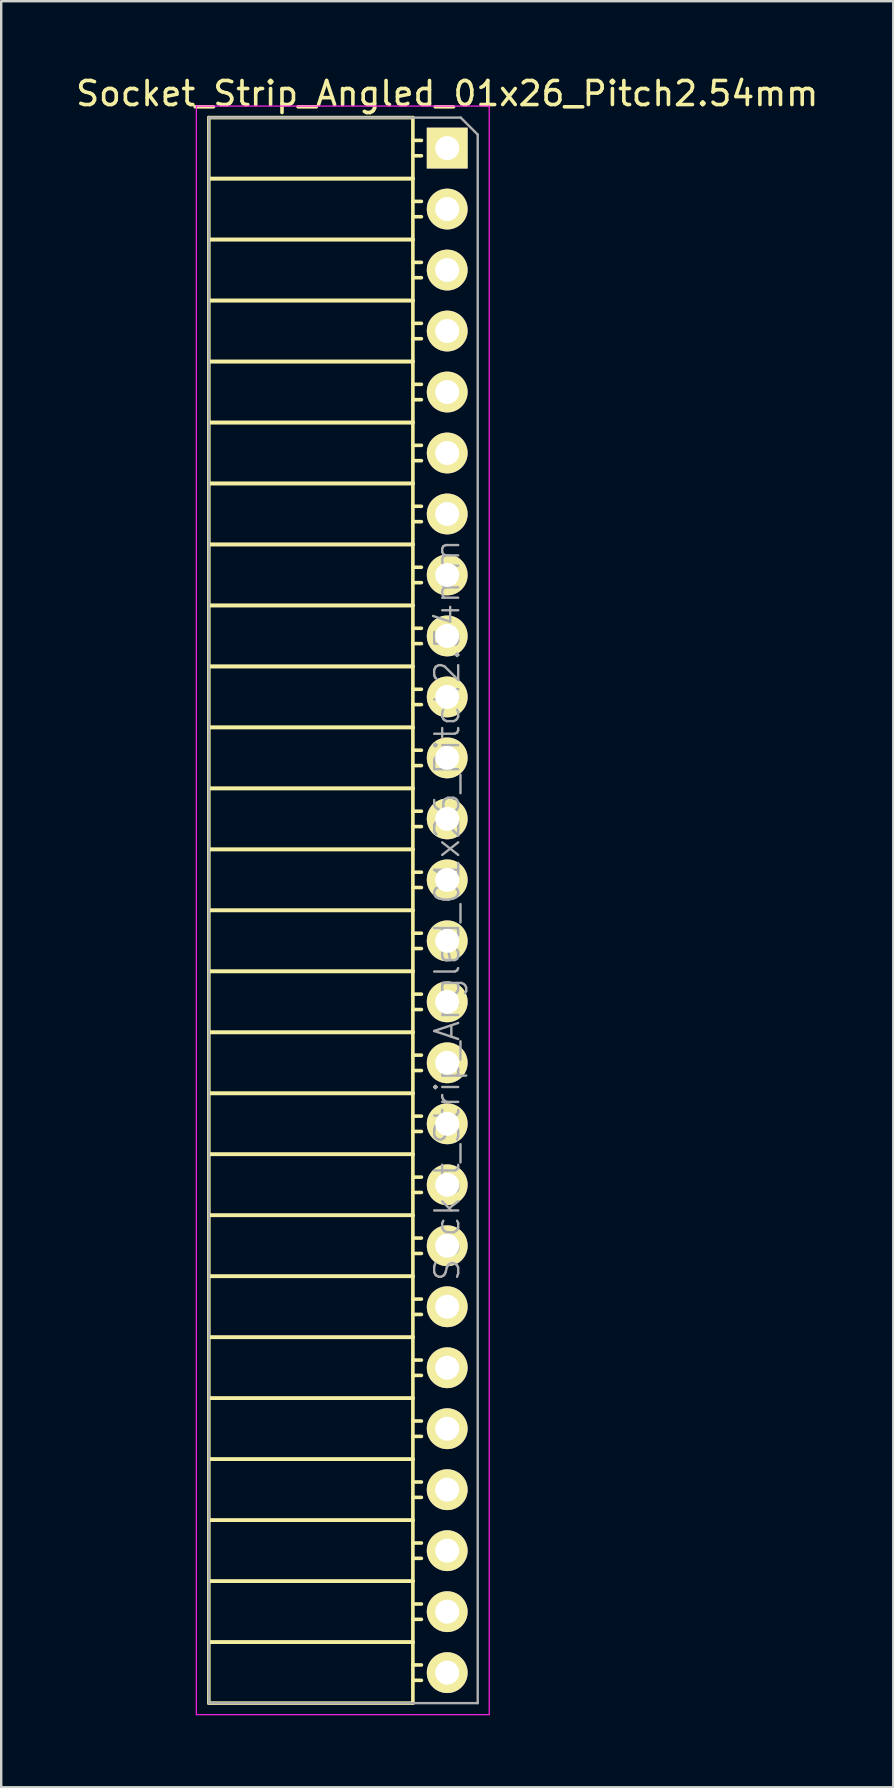
<source format=kicad_pcb>
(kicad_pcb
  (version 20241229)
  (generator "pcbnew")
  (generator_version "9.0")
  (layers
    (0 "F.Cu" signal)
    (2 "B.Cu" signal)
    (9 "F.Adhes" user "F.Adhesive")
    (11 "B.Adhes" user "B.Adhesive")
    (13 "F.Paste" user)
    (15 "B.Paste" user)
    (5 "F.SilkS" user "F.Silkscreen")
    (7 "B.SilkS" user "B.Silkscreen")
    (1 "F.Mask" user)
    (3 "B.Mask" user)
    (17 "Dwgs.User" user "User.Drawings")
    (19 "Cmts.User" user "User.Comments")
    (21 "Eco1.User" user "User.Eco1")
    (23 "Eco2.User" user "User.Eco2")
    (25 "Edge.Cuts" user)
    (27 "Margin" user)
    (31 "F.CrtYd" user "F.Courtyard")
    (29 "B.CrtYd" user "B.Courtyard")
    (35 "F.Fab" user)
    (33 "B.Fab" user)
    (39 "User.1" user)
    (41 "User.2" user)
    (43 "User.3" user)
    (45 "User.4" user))
  (footprint "Socket_Strip_Angled_01x26_Pitch2.54mm"
    (layer "F.Cu")
    (at 15.577 3.118)
    (property "Reference" "Socket_Strip_Angled_01x26_Pitch2.54mm" (at 0 -2.27 0) (layer "F.SilkS") (effects (font (size 1 1) (thickness 0.15))))
    (attr smd)
    (fp_line (start -9.93 -1.27) (end -9.93 1.27) (stroke (width 0.15) (type solid)) (layer "F.SilkS"))
    (fp_line (start -9.93 -1.27) (end -1.43 -1.27) (stroke (width 0.15) (type solid)) (layer "F.SilkS"))
    (fp_line (start -9.93 1.27) (end -9.93 3.81) (stroke (width 0.15) (type solid)) (layer "F.SilkS"))
    (fp_line (start -9.93 1.27) (end -1.43 1.27) (stroke (width 0.15) (type solid)) (layer "F.SilkS"))
    (fp_line (start -9.93 1.27) (end -1.43 1.27) (stroke (width 0.15) (type solid)) (layer "F.SilkS"))
    (fp_line (start -9.93 3.81) (end -9.93 6.35) (stroke (width 0.15) (type solid)) (layer "F.SilkS"))
    (fp_line (start -9.93 3.81) (end -1.43 3.81) (stroke (width 0.15) (type solid)) (layer "F.SilkS"))
    (fp_line (start -9.93 3.81) (end -1.43 3.81) (stroke (width 0.15) (type solid)) (layer "F.SilkS"))
    (fp_line (start -9.93 6.35) (end -9.93 8.89) (stroke (width 0.15) (type solid)) (layer "F.SilkS"))
    (fp_line (start -9.93 6.35) (end -1.43 6.35) (stroke (width 0.15) (type solid)) (layer "F.SilkS"))
    (fp_line (start -9.93 6.35) (end -1.43 6.35) (stroke (width 0.15) (type solid)) (layer "F.SilkS"))
    (fp_line (start -9.93 8.89) (end -9.93 11.43) (stroke (width 0.15) (type solid)) (layer "F.SilkS"))
    (fp_line (start -9.93 8.89) (end -1.43 8.89) (stroke (width 0.15) (type solid)) (layer "F.SilkS"))
    (fp_line (start -9.93 8.89) (end -1.43 8.89) (stroke (width 0.15) (type solid)) (layer "F.SilkS"))
    (fp_line (start -9.93 11.43) (end -9.93 13.97) (stroke (width 0.15) (type solid)) (layer "F.SilkS"))
    (fp_line (start -9.93 11.43) (end -1.43 11.43) (stroke (width 0.15) (type solid)) (layer "F.SilkS"))
    (fp_line (start -9.93 11.43) (end -1.43 11.43) (stroke (width 0.15) (type solid)) (layer "F.SilkS"))
    (fp_line (start -9.93 13.97) (end -9.93 16.51) (stroke (width 0.15) (type solid)) (layer "F.SilkS"))
    (fp_line (start -9.93 13.97) (end -1.43 13.97) (stroke (width 0.15) (type solid)) (layer "F.SilkS"))
    (fp_line (start -9.93 13.97) (end -1.43 13.97) (stroke (width 0.15) (type solid)) (layer "F.SilkS"))
    (fp_line (start -9.93 16.51) (end -9.93 19.05) (stroke (width 0.15) (type solid)) (layer "F.SilkS"))
    (fp_line (start -9.93 16.51) (end -1.43 16.51) (stroke (width 0.15) (type solid)) (layer "F.SilkS"))
    (fp_line (start -9.93 16.51) (end -1.43 16.51) (stroke (width 0.15) (type solid)) (layer "F.SilkS"))
    (fp_line (start -9.93 19.05) (end -9.93 21.59) (stroke (width 0.15) (type solid)) (layer "F.SilkS"))
    (fp_line (start -9.93 19.05) (end -1.43 19.05) (stroke (width 0.15) (type solid)) (layer "F.SilkS"))
    (fp_line (start -9.93 19.05) (end -1.43 19.05) (stroke (width 0.15) (type solid)) (layer "F.SilkS"))
    (fp_line (start -9.93 21.59) (end -9.93 24.13) (stroke (width 0.15) (type solid)) (layer "F.SilkS"))
    (fp_line (start -9.93 21.59) (end -1.43 21.59) (stroke (width 0.15) (type solid)) (layer "F.SilkS"))
    (fp_line (start -9.93 21.59) (end -1.43 21.59) (stroke (width 0.15) (type solid)) (layer "F.SilkS"))
    (fp_line (start -9.93 24.13) (end -9.93 26.67) (stroke (width 0.15) (type solid)) (layer "F.SilkS"))
    (fp_line (start -9.93 24.13) (end -1.43 24.13) (stroke (width 0.15) (type solid)) (layer "F.SilkS"))
    (fp_line (start -9.93 24.13) (end -1.43 24.13) (stroke (width 0.15) (type solid)) (layer "F.SilkS"))
    (fp_line (start -9.93 26.67) (end -9.93 29.21) (stroke (width 0.15) (type solid)) (layer "F.SilkS"))
    (fp_line (start -9.93 26.67) (end -1.43 26.67) (stroke (width 0.15) (type solid)) (layer "F.SilkS"))
    (fp_line (start -9.93 26.67) (end -1.43 26.67) (stroke (width 0.15) (type solid)) (layer "F.SilkS"))
    (fp_line (start -9.93 29.21) (end -9.93 31.75) (stroke (width 0.15) (type solid)) (layer "F.SilkS"))
    (fp_line (start -9.93 29.21) (end -1.43 29.21) (stroke (width 0.15) (type solid)) (layer "F.SilkS"))
    (fp_line (start -9.93 29.21) (end -1.43 29.21) (stroke (width 0.15) (type solid)) (layer "F.SilkS"))
    (fp_line (start -9.93 31.75) (end -9.93 34.29) (stroke (width 0.15) (type solid)) (layer "F.SilkS"))
    (fp_line (start -9.93 31.75) (end -1.43 31.75) (stroke (width 0.15) (type solid)) (layer "F.SilkS"))
    (fp_line (start -9.93 31.75) (end -1.43 31.75) (stroke (width 0.15) (type solid)) (layer "F.SilkS"))
    (fp_line (start -9.93 34.29) (end -9.93 36.83) (stroke (width 0.15) (type solid)) (layer "F.SilkS"))
    (fp_line (start -9.93 34.29) (end -1.43 34.29) (stroke (width 0.15) (type solid)) (layer "F.SilkS"))
    (fp_line (start -9.93 34.29) (end -1.43 34.29) (stroke (width 0.15) (type solid)) (layer "F.SilkS"))
    (fp_line (start -9.93 36.83) (end -9.93 39.37) (stroke (width 0.15) (type solid)) (layer "F.SilkS"))
    (fp_line (start -9.93 36.83) (end -1.43 36.83) (stroke (width 0.15) (type solid)) (layer "F.SilkS"))
    (fp_line (start -9.93 36.83) (end -1.43 36.83) (stroke (width 0.15) (type solid)) (layer "F.SilkS"))
    (fp_line (start -9.93 39.37) (end -9.93 41.91) (stroke (width 0.15) (type solid)) (layer "F.SilkS"))
    (fp_line (start -9.93 39.37) (end -1.43 39.37) (stroke (width 0.15) (type solid)) (layer "F.SilkS"))
    (fp_line (start -9.93 39.37) (end -1.43 39.37) (stroke (width 0.15) (type solid)) (layer "F.SilkS"))
    (fp_line (start -9.93 41.91) (end -9.93 44.45) (stroke (width 0.15) (type solid)) (layer "F.SilkS"))
    (fp_line (start -9.93 41.91) (end -1.43 41.91) (stroke (width 0.15) (type solid)) (layer "F.SilkS"))
    (fp_line (start -9.93 41.91) (end -1.43 41.91) (stroke (width 0.15) (type solid)) (layer "F.SilkS"))
    (fp_line (start -9.93 44.45) (end -9.93 46.99) (stroke (width 0.15) (type solid)) (layer "F.SilkS"))
    (fp_line (start -9.93 44.45) (end -1.43 44.45) (stroke (width 0.15) (type solid)) (layer "F.SilkS"))
    (fp_line (start -9.93 44.45) (end -1.43 44.45) (stroke (width 0.15) (type solid)) (layer "F.SilkS"))
    (fp_line (start -9.93 46.99) (end -9.93 49.53) (stroke (width 0.15) (type solid)) (layer "F.SilkS"))
    (fp_line (start -9.93 46.99) (end -1.43 46.99) (stroke (width 0.15) (type solid)) (layer "F.SilkS"))
    (fp_line (start -9.93 46.99) (end -1.43 46.99) (stroke (width 0.15) (type solid)) (layer "F.SilkS"))
    (fp_line (start -9.93 49.53) (end -9.93 52.07) (stroke (width 0.15) (type solid)) (layer "F.SilkS"))
    (fp_line (start -9.93 49.53) (end -1.43 49.53) (stroke (width 0.15) (type solid)) (layer "F.SilkS"))
    (fp_line (start -9.93 49.53) (end -1.43 49.53) (stroke (width 0.15) (type solid)) (layer "F.SilkS"))
    (fp_line (start -9.93 52.07) (end -9.93 54.61) (stroke (width 0.15) (type solid)) (layer "F.SilkS"))
    (fp_line (start -9.93 52.07) (end -1.43 52.07) (stroke (width 0.15) (type solid)) (layer "F.SilkS"))
    (fp_line (start -9.93 52.07) (end -1.43 52.07) (stroke (width 0.15) (type solid)) (layer "F.SilkS"))
    (fp_line (start -9.93 54.61) (end -9.93 57.15) (stroke (width 0.15) (type solid)) (layer "F.SilkS"))
    (fp_line (start -9.93 54.61) (end -1.43 54.61) (stroke (width 0.15) (type solid)) (layer "F.SilkS"))
    (fp_line (start -9.93 54.61) (end -1.43 54.61) (stroke (width 0.15) (type solid)) (layer "F.SilkS"))
    (fp_line (start -9.93 57.15) (end -9.93 59.69) (stroke (width 0.15) (type solid)) (layer "F.SilkS"))
    (fp_line (start -9.93 57.15) (end -1.43 57.15) (stroke (width 0.15) (type solid)) (layer "F.SilkS"))
    (fp_line (start -9.93 57.15) (end -1.43 57.15) (stroke (width 0.15) (type solid)) (layer "F.SilkS"))
    (fp_line (start -9.93 59.69) (end -9.93 62.23) (stroke (width 0.15) (type solid)) (layer "F.SilkS"))
    (fp_line (start -9.93 59.69) (end -1.43 59.69) (stroke (width 0.15) (type solid)) (layer "F.SilkS"))
    (fp_line (start -9.93 59.69) (end -1.43 59.69) (stroke (width 0.15) (type solid)) (layer "F.SilkS"))
    (fp_line (start -9.93 62.23) (end -9.93 64.77) (stroke (width 0.15) (type solid)) (layer "F.SilkS"))
    (fp_line (start -9.93 62.23) (end -1.43 62.23) (stroke (width 0.15) (type solid)) (layer "F.SilkS"))
    (fp_line (start -9.93 62.23) (end -1.43 62.23) (stroke (width 0.15) (type solid)) (layer "F.SilkS"))
    (fp_line (start -9.93 64.77) (end -1.43 64.77) (stroke (width 0.15) (type solid)) (layer "F.SilkS"))
    (fp_line (start -1.43 -1.27) (end -1.43 1.27) (stroke (width 0.15) (type solid)) (layer "F.SilkS"))
    (fp_line (start -1.43 -0.32) (end -1.075 -0.32) (stroke (width 0.15) (type solid)) (layer "F.SilkS"))
    (fp_line (start -1.43 0.32) (end -1.075 0.32) (stroke (width 0.15) (type solid)) (layer "F.SilkS"))
    (fp_line (start -1.43 1.27) (end -1.43 3.81) (stroke (width 0.15) (type solid)) (layer "F.SilkS"))
    (fp_line (start -1.43 2.22) (end -1.075 2.22) (stroke (width 0.15) (type solid)) (layer "F.SilkS"))
    (fp_line (start -1.43 2.86) (end -1.075 2.86) (stroke (width 0.15) (type solid)) (layer "F.SilkS"))
    (fp_line (start -1.43 3.81) (end -1.43 6.35) (stroke (width 0.15) (type solid)) (layer "F.SilkS"))
    (fp_line (start -1.43 4.76) (end -1.075 4.76) (stroke (width 0.15) (type solid)) (layer "F.SilkS"))
    (fp_line (start -1.43 5.4) (end -1.075 5.4) (stroke (width 0.15) (type solid)) (layer "F.SilkS"))
    (fp_line (start -1.43 6.35) (end -1.43 8.89) (stroke (width 0.15) (type solid)) (layer "F.SilkS"))
    (fp_line (start -1.43 7.3) (end -1.075 7.3) (stroke (width 0.15) (type solid)) (layer "F.SilkS"))
    (fp_line (start -1.43 7.94) (end -1.075 7.94) (stroke (width 0.15) (type solid)) (layer "F.SilkS"))
    (fp_line (start -1.43 8.89) (end -1.43 11.43) (stroke (width 0.15) (type solid)) (layer "F.SilkS"))
    (fp_line (start -1.43 9.84) (end -1.075 9.84) (stroke (width 0.15) (type solid)) (layer "F.SilkS"))
    (fp_line (start -1.43 10.48) (end -1.075 10.48) (stroke (width 0.15) (type solid)) (layer "F.SilkS"))
    (fp_line (start -1.43 11.43) (end -1.43 13.97) (stroke (width 0.15) (type solid)) (layer "F.SilkS"))
    (fp_line (start -1.43 12.38) (end -1.075 12.38) (stroke (width 0.15) (type solid)) (layer "F.SilkS"))
    (fp_line (start -1.43 13.02) (end -1.075 13.02) (stroke (width 0.15) (type solid)) (layer "F.SilkS"))
    (fp_line (start -1.43 13.97) (end -1.43 16.51) (stroke (width 0.15) (type solid)) (layer "F.SilkS"))
    (fp_line (start -1.43 14.92) (end -1.075 14.92) (stroke (width 0.15) (type solid)) (layer "F.SilkS"))
    (fp_line (start -1.43 15.56) (end -1.075 15.56) (stroke (width 0.15) (type solid)) (layer "F.SilkS"))
    (fp_line (start -1.43 16.51) (end -1.43 19.05) (stroke (width 0.15) (type solid)) (layer "F.SilkS"))
    (fp_line (start -1.43 17.46) (end -1.075 17.46) (stroke (width 0.15) (type solid)) (layer "F.SilkS"))
    (fp_line (start -1.43 18.1) (end -1.075 18.1) (stroke (width 0.15) (type solid)) (layer "F.SilkS"))
    (fp_line (start -1.43 19.05) (end -1.43 21.59) (stroke (width 0.15) (type solid)) (layer "F.SilkS"))
    (fp_line (start -1.43 20) (end -1.075 20) (stroke (width 0.15) (type solid)) (layer "F.SilkS"))
    (fp_line (start -1.43 20.64) (end -1.075 20.64) (stroke (width 0.15) (type solid)) (layer "F.SilkS"))
    (fp_line (start -1.43 21.59) (end -1.43 24.13) (stroke (width 0.15) (type solid)) (layer "F.SilkS"))
    (fp_line (start -1.43 22.54) (end -1.075 22.54) (stroke (width 0.15) (type solid)) (layer "F.SilkS"))
    (fp_line (start -1.43 23.18) (end -1.075 23.18) (stroke (width 0.15) (type solid)) (layer "F.SilkS"))
    (fp_line (start -1.43 24.13) (end -1.43 26.67) (stroke (width 0.15) (type solid)) (layer "F.SilkS"))
    (fp_line (start -1.43 25.08) (end -1.075 25.08) (stroke (width 0.15) (type solid)) (layer "F.SilkS"))
    (fp_line (start -1.43 25.72) (end -1.075 25.72) (stroke (width 0.15) (type solid)) (layer "F.SilkS"))
    (fp_line (start -1.43 26.67) (end -1.43 29.21) (stroke (width 0.15) (type solid)) (layer "F.SilkS"))
    (fp_line (start -1.43 27.62) (end -1.075 27.62) (stroke (width 0.15) (type solid)) (layer "F.SilkS"))
    (fp_line (start -1.43 28.26) (end -1.075 28.26) (stroke (width 0.15) (type solid)) (layer "F.SilkS"))
    (fp_line (start -1.43 29.21) (end -1.43 31.75) (stroke (width 0.15) (type solid)) (layer "F.SilkS"))
    (fp_line (start -1.43 30.16) (end -1.075 30.16) (stroke (width 0.15) (type solid)) (layer "F.SilkS"))
    (fp_line (start -1.43 30.8) (end -1.075 30.8) (stroke (width 0.15) (type solid)) (layer "F.SilkS"))
    (fp_line (start -1.43 31.75) (end -1.43 34.29) (stroke (width 0.15) (type solid)) (layer "F.SilkS"))
    (fp_line (start -1.43 32.7) (end -1.075 32.7) (stroke (width 0.15) (type solid)) (layer "F.SilkS"))
    (fp_line (start -1.43 33.34) (end -1.075 33.34) (stroke (width 0.15) (type solid)) (layer "F.SilkS"))
    (fp_line (start -1.43 34.29) (end -1.43 36.83) (stroke (width 0.15) (type solid)) (layer "F.SilkS"))
    (fp_line (start -1.43 35.24) (end -1.075 35.24) (stroke (width 0.15) (type solid)) (layer "F.SilkS"))
    (fp_line (start -1.43 35.88) (end -1.075 35.88) (stroke (width 0.15) (type solid)) (layer "F.SilkS"))
    (fp_line (start -1.43 36.83) (end -1.43 39.37) (stroke (width 0.15) (type solid)) (layer "F.SilkS"))
    (fp_line (start -1.43 37.78) (end -1.075 37.78) (stroke (width 0.15) (type solid)) (layer "F.SilkS"))
    (fp_line (start -1.43 38.42) (end -1.075 38.42) (stroke (width 0.15) (type solid)) (layer "F.SilkS"))
    (fp_line (start -1.43 39.37) (end -1.43 41.91) (stroke (width 0.15) (type solid)) (layer "F.SilkS"))
    (fp_line (start -1.43 40.32) (end -1.075 40.32) (stroke (width 0.15) (type solid)) (layer "F.SilkS"))
    (fp_line (start -1.43 40.96) (end -1.075 40.96) (stroke (width 0.15) (type solid)) (layer "F.SilkS"))
    (fp_line (start -1.43 41.91) (end -1.43 44.45) (stroke (width 0.15) (type solid)) (layer "F.SilkS"))
    (fp_line (start -1.43 42.86) (end -1.075 42.86) (stroke (width 0.15) (type solid)) (layer "F.SilkS"))
    (fp_line (start -1.43 43.5) (end -1.075 43.5) (stroke (width 0.15) (type solid)) (layer "F.SilkS"))
    (fp_line (start -1.43 44.45) (end -1.43 46.99) (stroke (width 0.15) (type solid)) (layer "F.SilkS"))
    (fp_line (start -1.43 45.4) (end -1.075 45.4) (stroke (width 0.15) (type solid)) (layer "F.SilkS"))
    (fp_line (start -1.43 46.04) (end -1.075 46.04) (stroke (width 0.15) (type solid)) (layer "F.SilkS"))
    (fp_line (start -1.43 46.99) (end -1.43 49.53) (stroke (width 0.15) (type solid)) (layer "F.SilkS"))
    (fp_line (start -1.43 47.94) (end -1.075 47.94) (stroke (width 0.15) (type solid)) (layer "F.SilkS"))
    (fp_line (start -1.43 48.58) (end -1.075 48.58) (stroke (width 0.15) (type solid)) (layer "F.SilkS"))
    (fp_line (start -1.43 49.53) (end -1.43 52.07) (stroke (width 0.15) (type solid)) (layer "F.SilkS"))
    (fp_line (start -1.43 50.48) (end -1.075 50.48) (stroke (width 0.15) (type solid)) (layer "F.SilkS"))
    (fp_line (start -1.43 51.12) (end -1.075 51.12) (stroke (width 0.15) (type solid)) (layer "F.SilkS"))
    (fp_line (start -1.43 52.07) (end -1.43 54.61) (stroke (width 0.15) (type solid)) (layer "F.SilkS"))
    (fp_line (start -1.43 53.02) (end -1.075 53.02) (stroke (width 0.15) (type solid)) (layer "F.SilkS"))
    (fp_line (start -1.43 53.66) (end -1.075 53.66) (stroke (width 0.15) (type solid)) (layer "F.SilkS"))
    (fp_line (start -1.43 54.61) (end -1.43 57.15) (stroke (width 0.15) (type solid)) (layer "F.SilkS"))
    (fp_line (start -1.43 55.56) (end -1.075 55.56) (stroke (width 0.15) (type solid)) (layer "F.SilkS"))
    (fp_line (start -1.43 56.2) (end -1.075 56.2) (stroke (width 0.15) (type solid)) (layer "F.SilkS"))
    (fp_line (start -1.43 57.15) (end -1.43 59.69) (stroke (width 0.15) (type solid)) (layer "F.SilkS"))
    (fp_line (start -1.43 58.1) (end -1.075 58.1) (stroke (width 0.15) (type solid)) (layer "F.SilkS"))
    (fp_line (start -1.43 58.74) (end -1.075 58.74) (stroke (width 0.15) (type solid)) (layer "F.SilkS"))
    (fp_line (start -1.43 59.69) (end -1.43 62.23) (stroke (width 0.15) (type solid)) (layer "F.SilkS"))
    (fp_line (start -1.43 60.64) (end -1.075 60.64) (stroke (width 0.15) (type solid)) (layer "F.SilkS"))
    (fp_line (start -1.43 61.28) (end -1.075 61.28) (stroke (width 0.15) (type solid)) (layer "F.SilkS"))
    (fp_line (start -1.43 62.23) (end -1.43 64.77) (stroke (width 0.15) (type solid)) (layer "F.SilkS"))
    (fp_line (start -1.43 63.18) (end -1.075 63.18) (stroke (width 0.15) (type solid)) (layer "F.SilkS"))
    (fp_line (start -1.43 63.82) (end -1.075 63.82) (stroke (width 0.15) (type solid)) (layer "F.SilkS"))
    (fp_line (start -10.45 -1.75) (end 1.75 -1.75) (stroke (width 0.05) (type solid)) (layer "F.CrtYd"))
    (fp_line (start -10.45 65.25) (end -10.45 -1.75) (stroke (width 0.05) (type solid)) (layer "F.CrtYd"))
    (fp_line (start -10.45 65.25) (end 1.75 65.25) (stroke (width 0.05) (type solid)) (layer "F.CrtYd"))
    (fp_line (start 1.75 65.25) (end 1.75 -1.75) (stroke (width 0.05) (type solid)) (layer "F.CrtYd"))
    (fp_line (start -9.93 -1.27) (end 0.563 -1.27) (stroke (width 0.1) (type solid)) (layer "F.Fab"))
    (fp_line (start -9.93 64.77) (end -9.93 -1.27) (stroke (width 0.1) (type solid)) (layer "F.Fab"))
    (fp_line (start -9.93 64.77) (end 1.27 64.77) (stroke (width 0.1) (type solid)) (layer "F.Fab"))
    (fp_line (start 1.27 -0.563) (end 0.563 -1.27) (stroke (width 0.1) (type solid)) (layer "F.Fab"))
    (fp_line (start 1.27 64.77) (end 1.27 -0.563) (stroke (width 0.1) (type solid)) (layer "F.Fab"))
    (fp_text user "${REFERENCE}" (at 0 31.75 90) (layer "F.Fab") (effects (font (size 1 1) (thickness 0.1))))
    (pad "1" thru_hole rect (at 0 0) (size 1.7 1.7) (drill 1) (layers "*.Cu" "*.Mask" "F.SilkS"))
    (pad "2" thru_hole oval (at 0 2.54) (size 1.7 1.7) (drill 1) (layers "*.Cu" "*.Mask" "F.SilkS"))
    (pad "3" thru_hole oval (at 0 5.08) (size 1.7 1.7) (drill 1) (layers "*.Cu" "*.Mask" "F.SilkS"))
    (pad "4" thru_hole oval (at 0 7.62) (size 1.7 1.7) (drill 1) (layers "*.Cu" "*.Mask" "F.SilkS"))
    (pad "5" thru_hole oval (at 0 10.16) (size 1.7 1.7) (drill 1) (layers "*.Cu" "*.Mask" "F.SilkS"))
    (pad "6" thru_hole oval (at 0 12.7) (size 1.7 1.7) (drill 1) (layers "*.Cu" "*.Mask" "F.SilkS"))
    (pad "7" thru_hole oval (at 0 15.24) (size 1.7 1.7) (drill 1) (layers "*.Cu" "*.Mask" "F.SilkS"))
    (pad "8" thru_hole oval (at 0 17.78) (size 1.7 1.7) (drill 1) (layers "*.Cu" "*.Mask" "F.SilkS"))
    (pad "9" thru_hole oval (at 0 20.32) (size 1.7 1.7) (drill 1) (layers "*.Cu" "*.Mask" "F.SilkS"))
    (pad "10" thru_hole oval (at 0 22.86) (size 1.7 1.7) (drill 1) (layers "*.Cu" "*.Mask" "F.SilkS"))
    (pad "11" thru_hole oval (at 0 25.4) (size 1.7 1.7) (drill 1) (layers "*.Cu" "*.Mask" "F.SilkS"))
    (pad "12" thru_hole oval (at 0 27.94) (size 1.7 1.7) (drill 1) (layers "*.Cu" "*.Mask" "F.SilkS"))
    (pad "13" thru_hole oval (at 0 30.48) (size 1.7 1.7) (drill 1) (layers "*.Cu" "*.Mask" "F.SilkS"))
    (pad "14" thru_hole oval (at 0 33.02) (size 1.7 1.7) (drill 1) (layers "*.Cu" "*.Mask" "F.SilkS"))
    (pad "15" thru_hole oval (at 0 35.56) (size 1.7 1.7) (drill 1) (layers "*.Cu" "*.Mask" "F.SilkS"))
    (pad "16" thru_hole oval (at 0 38.1) (size 1.7 1.7) (drill 1) (layers "*.Cu" "*.Mask" "F.SilkS"))
    (pad "17" thru_hole oval (at 0 40.64) (size 1.7 1.7) (drill 1) (layers "*.Cu" "*.Mask" "F.SilkS"))
    (pad "18" thru_hole oval (at 0 43.18) (size 1.7 1.7) (drill 1) (layers "*.Cu" "*.Mask" "F.SilkS"))
    (pad "19" thru_hole oval (at 0 45.72) (size 1.7 1.7) (drill 1) (layers "*.Cu" "*.Mask" "F.SilkS"))
    (pad "20" thru_hole oval (at 0 48.26) (size 1.7 1.7) (drill 1) (layers "*.Cu" "*.Mask" "F.SilkS"))
    (pad "21" thru_hole oval (at 0 50.8) (size 1.7 1.7) (drill 1) (layers "*.Cu" "*.Mask" "F.SilkS"))
    (pad "22" thru_hole oval (at 0 53.34) (size 1.7 1.7) (drill 1) (layers "*.Cu" "*.Mask" "F.SilkS"))
    (pad "23" thru_hole oval (at 0 55.88) (size 1.7 1.7) (drill 1) (layers "*.Cu" "*.Mask" "F.SilkS"))
    (pad "24" thru_hole oval (at 0 58.42) (size 1.7 1.7) (drill 1) (layers "*.Cu" "*.Mask" "F.SilkS"))
    (pad "25" thru_hole oval (at 0 60.96) (size 1.7 1.7) (drill 1) (layers "*.Cu" "*.Mask" "F.SilkS"))
    (pad "26" thru_hole oval (at 0 63.5) (size 1.7 1.7) (drill 1) (layers "*.Cu" "*.Mask" "F.SilkS")))
  (gr_rect
    (start -3 -3)
    (end 34.155 71.393)
    (stroke (width 0.1) (type default))
    (fill no)
    (layer "Edge.Cuts")))
</source>
